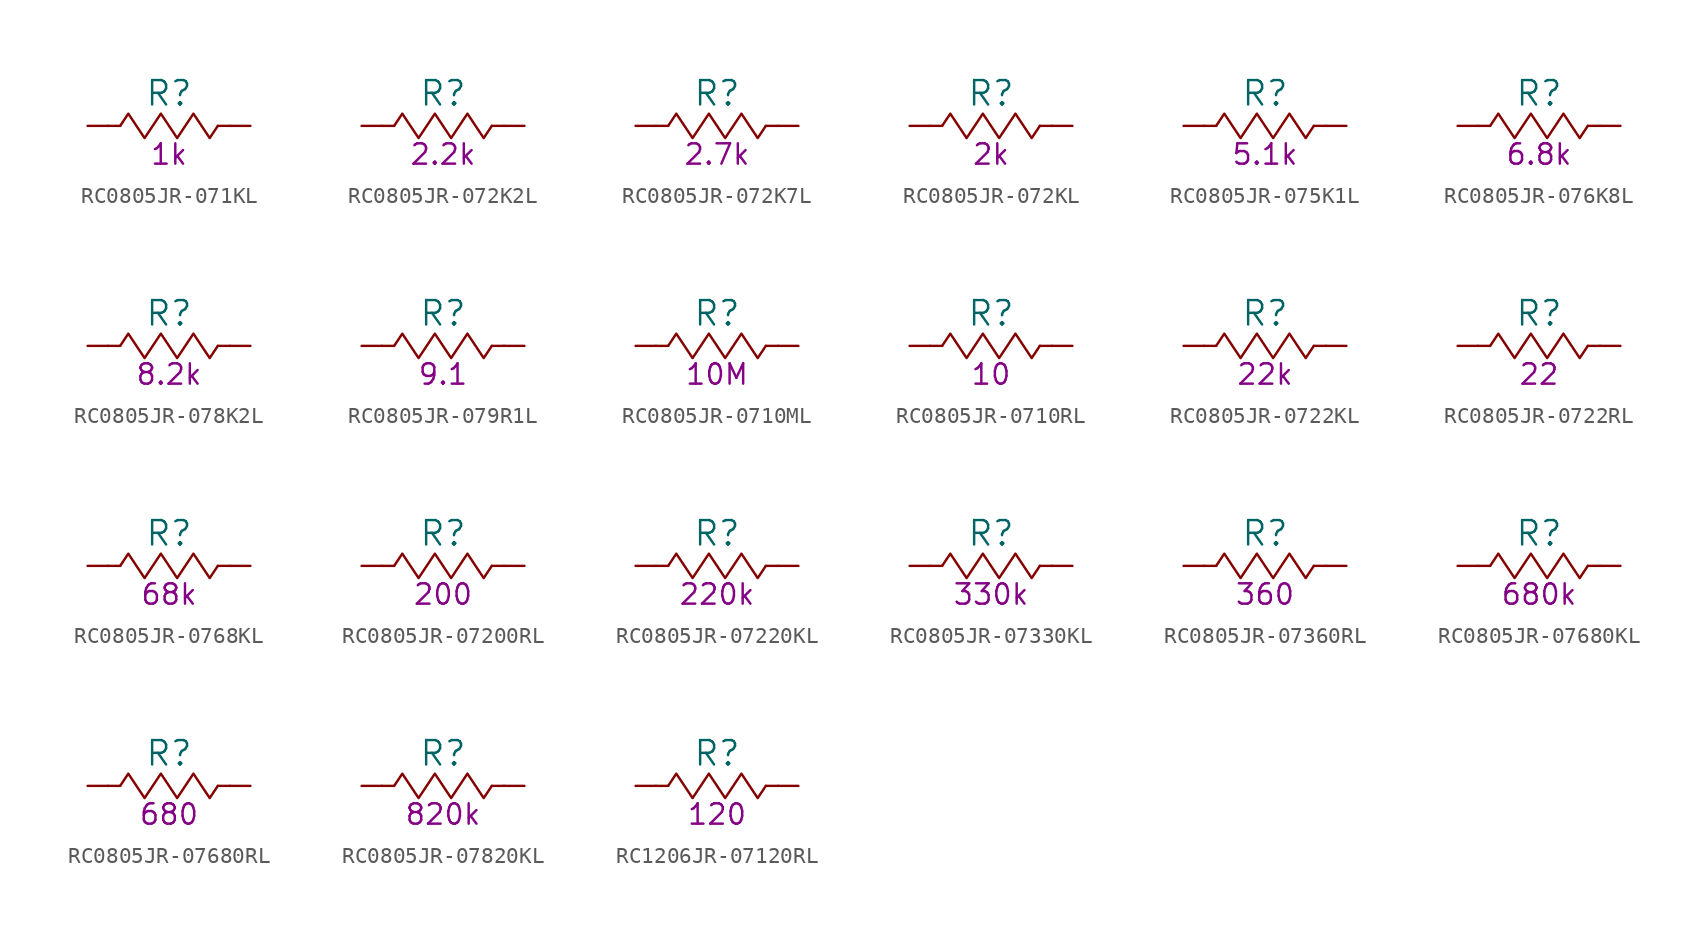
<source format=kicad_sym>
(kicad_symbol_lib
  (version 20231120)
  (generator "kicad_symbol_editor")
  (generator_version "8.0")
  (symbol "RC0805JR-071KL"
    (pin_numbers hide)
    (pin_names
      (offset 0) hide)
    (property "Reference" "R"
      (at 0 2.032 0)
      (effects (font (size 1.524 1.524))))
    (property "Resistance (Ohms)" "1k"
      (at 0 -1.778 0)
      (effects (font (size 1.27 1.27))))
    (symbol "RC0805JR-071KL_0_1"
      (rectangle (start -3.048 0) (end -3.81 0) (stroke (width 0) (type default)) (fill (type none)))
      (polyline (pts (xy -3.048 0) (xy -2.54 0.762) (xy -2.032 0) (xy -1.524 -0.762) (xy -1.016 0) (xy -0.508 0.762) (xy 0 0) (xy 0.508 -0.762) (xy 1.016 0) (xy 1.524 0.762) (xy 2.032 0) (xy 2.54 -0.762) (xy 3.048 0)) (stroke (width 0) (type default)) (fill (type none)))
      (rectangle (start 3.81 0) (end 3.048 0) (stroke (width 0) (type default)) (fill (type none))))
    (symbol "RC0805JR-071KL_1_1"
      (pin passive line (at -5.08 0 0) (length 1.27) (name "1" (effects (font (size 1.27 1.27)))) (number "1" (effects (font (size 1.27 1.27)))))
      (pin passive line (at 5.08 0 180) (length 1.27) (name "2" (effects (font (size 1.27 1.27)))) (number "2" (effects (font (size 1.27 1.27)))))))
  (symbol "RC0805JR-072K2L"
    (pin_numbers hide)
    (pin_names
      (offset 0) hide)
    (property "Reference" "R"
      (at 0 2.032 0)
      (effects (font (size 1.524 1.524))))
    (property "Resistance (Ohms)" "2.2k"
      (at 0 -1.778 0)
      (effects (font (size 1.27 1.27))))
    (symbol "RC0805JR-072K2L_0_1"
      (rectangle (start -3.048 0) (end -3.81 0) (stroke (width 0) (type default)) (fill (type none)))
      (polyline (pts (xy -3.048 0) (xy -2.54 0.762) (xy -2.032 0) (xy -1.524 -0.762) (xy -1.016 0) (xy -0.508 0.762) (xy 0 0) (xy 0.508 -0.762) (xy 1.016 0) (xy 1.524 0.762) (xy 2.032 0) (xy 2.54 -0.762) (xy 3.048 0)) (stroke (width 0) (type default)) (fill (type none)))
      (rectangle (start 3.81 0) (end 3.048 0) (stroke (width 0) (type default)) (fill (type none))))
    (symbol "RC0805JR-072K2L_1_1"
      (pin passive line (at -5.08 0 0) (length 1.27) (name "1" (effects (font (size 1.27 1.27)))) (number "1" (effects (font (size 1.27 1.27)))))
      (pin passive line (at 5.08 0 180) (length 1.27) (name "2" (effects (font (size 1.27 1.27)))) (number "2" (effects (font (size 1.27 1.27)))))))
  (symbol "RC0805JR-072K7L"
    (pin_numbers hide)
    (pin_names
      (offset 0) hide)
    (property "Reference" "R"
      (at 0 2.032 0)
      (effects (font (size 1.524 1.524))))
    (property "Resistance (Ohms)" "2.7k"
      (at 0 -1.778 0)
      (effects (font (size 1.27 1.27))))
    (symbol "RC0805JR-072K7L_0_1"
      (rectangle (start -3.048 0) (end -3.81 0) (stroke (width 0) (type default)) (fill (type none)))
      (polyline (pts (xy -3.048 0) (xy -2.54 0.762) (xy -2.032 0) (xy -1.524 -0.762) (xy -1.016 0) (xy -0.508 0.762) (xy 0 0) (xy 0.508 -0.762) (xy 1.016 0) (xy 1.524 0.762) (xy 2.032 0) (xy 2.54 -0.762) (xy 3.048 0)) (stroke (width 0) (type default)) (fill (type none)))
      (rectangle (start 3.81 0) (end 3.048 0) (stroke (width 0) (type default)) (fill (type none))))
    (symbol "RC0805JR-072K7L_1_1"
      (pin passive line (at -5.08 0 0) (length 1.27) (name "1" (effects (font (size 1.27 1.27)))) (number "1" (effects (font (size 1.27 1.27)))))
      (pin passive line (at 5.08 0 180) (length 1.27) (name "2" (effects (font (size 1.27 1.27)))) (number "2" (effects (font (size 1.27 1.27)))))))
  (symbol "RC0805JR-072KL"
    (pin_numbers hide)
    (pin_names
      (offset 0) hide)
    (property "Reference" "R"
      (at 0 2.032 0)
      (effects (font (size 1.524 1.524))))
    (property "Resistance (Ohms)" "2k"
      (at 0 -1.778 0)
      (effects (font (size 1.27 1.27))))
    (symbol "RC0805JR-072KL_0_1"
      (rectangle (start -3.048 0) (end -3.81 0) (stroke (width 0) (type default)) (fill (type none)))
      (polyline (pts (xy -3.048 0) (xy -2.54 0.762) (xy -2.032 0) (xy -1.524 -0.762) (xy -1.016 0) (xy -0.508 0.762) (xy 0 0) (xy 0.508 -0.762) (xy 1.016 0) (xy 1.524 0.762) (xy 2.032 0) (xy 2.54 -0.762) (xy 3.048 0)) (stroke (width 0) (type default)) (fill (type none)))
      (rectangle (start 3.81 0) (end 3.048 0) (stroke (width 0) (type default)) (fill (type none))))
    (symbol "RC0805JR-072KL_1_1"
      (pin passive line (at -5.08 0 0) (length 1.27) (name "1" (effects (font (size 1.27 1.27)))) (number "1" (effects (font (size 1.27 1.27)))))
      (pin passive line (at 5.08 0 180) (length 1.27) (name "2" (effects (font (size 1.27 1.27)))) (number "2" (effects (font (size 1.27 1.27)))))))
  (symbol "RC0805JR-075K1L"
    (pin_numbers hide)
    (pin_names
      (offset 0) hide)
    (property "Reference" "R"
      (at 0 2.032 0)
      (effects (font (size 1.524 1.524))))
    (property "Resistance (Ohms)" "5.1k"
      (at 0 -1.778 0)
      (effects (font (size 1.27 1.27))))
    (symbol "RC0805JR-075K1L_0_1"
      (rectangle (start -3.048 0) (end -3.81 0) (stroke (width 0) (type default)) (fill (type none)))
      (polyline (pts (xy -3.048 0) (xy -2.54 0.762) (xy -2.032 0) (xy -1.524 -0.762) (xy -1.016 0) (xy -0.508 0.762) (xy 0 0) (xy 0.508 -0.762) (xy 1.016 0) (xy 1.524 0.762) (xy 2.032 0) (xy 2.54 -0.762) (xy 3.048 0)) (stroke (width 0) (type default)) (fill (type none)))
      (rectangle (start 3.81 0) (end 3.048 0) (stroke (width 0) (type default)) (fill (type none))))
    (symbol "RC0805JR-075K1L_1_1"
      (pin passive line (at -5.08 0 0) (length 1.27) (name "1" (effects (font (size 1.27 1.27)))) (number "1" (effects (font (size 1.27 1.27)))))
      (pin passive line (at 5.08 0 180) (length 1.27) (name "2" (effects (font (size 1.27 1.27)))) (number "2" (effects (font (size 1.27 1.27)))))))
  (symbol "RC0805JR-076K8L"
    (pin_numbers hide)
    (pin_names
      (offset 0) hide)
    (property "Reference" "R"
      (at 0 2.032 0)
      (effects (font (size 1.524 1.524))))
    (property "Resistance (Ohms)" "6.8k"
      (at 0 -1.778 0)
      (effects (font (size 1.27 1.27))))
    (symbol "RC0805JR-076K8L_0_1"
      (rectangle (start -3.048 0) (end -3.81 0) (stroke (width 0) (type default)) (fill (type none)))
      (polyline (pts (xy -3.048 0) (xy -2.54 0.762) (xy -2.032 0) (xy -1.524 -0.762) (xy -1.016 0) (xy -0.508 0.762) (xy 0 0) (xy 0.508 -0.762) (xy 1.016 0) (xy 1.524 0.762) (xy 2.032 0) (xy 2.54 -0.762) (xy 3.048 0)) (stroke (width 0) (type default)) (fill (type none)))
      (rectangle (start 3.81 0) (end 3.048 0) (stroke (width 0) (type default)) (fill (type none))))
    (symbol "RC0805JR-076K8L_1_1"
      (pin passive line (at -5.08 0 0) (length 1.27) (name "1" (effects (font (size 1.27 1.27)))) (number "1" (effects (font (size 1.27 1.27)))))
      (pin passive line (at 5.08 0 180) (length 1.27) (name "2" (effects (font (size 1.27 1.27)))) (number "2" (effects (font (size 1.27 1.27)))))))
  (symbol "RC0805JR-078K2L"
    (pin_numbers hide)
    (pin_names
      (offset 0) hide)
    (property "Reference" "R"
      (at 0 2.032 0)
      (effects (font (size 1.524 1.524))))
    (property "Resistance (Ohms)" "8.2k"
      (at 0 -1.778 0)
      (effects (font (size 1.27 1.27))))
    (symbol "RC0805JR-078K2L_0_1"
      (rectangle (start -3.048 0) (end -3.81 0) (stroke (width 0) (type default)) (fill (type none)))
      (polyline (pts (xy -3.048 0) (xy -2.54 0.762) (xy -2.032 0) (xy -1.524 -0.762) (xy -1.016 0) (xy -0.508 0.762) (xy 0 0) (xy 0.508 -0.762) (xy 1.016 0) (xy 1.524 0.762) (xy 2.032 0) (xy 2.54 -0.762) (xy 3.048 0)) (stroke (width 0) (type default)) (fill (type none)))
      (rectangle (start 3.81 0) (end 3.048 0) (stroke (width 0) (type default)) (fill (type none))))
    (symbol "RC0805JR-078K2L_1_1"
      (pin passive line (at -5.08 0 0) (length 1.27) (name "1" (effects (font (size 1.27 1.27)))) (number "1" (effects (font (size 1.27 1.27)))))
      (pin passive line (at 5.08 0 180) (length 1.27) (name "2" (effects (font (size 1.27 1.27)))) (number "2" (effects (font (size 1.27 1.27)))))))
  (symbol "RC0805JR-079R1L"
    (pin_numbers hide)
    (pin_names
      (offset 0) hide)
    (property "Reference" "R"
      (at 0 2.032 0)
      (effects (font (size 1.524 1.524))))
    (property "Resistance (Ohms)" "9.1"
      (at 0 -1.778 0)
      (effects (font (size 1.27 1.27))))
    (symbol "RC0805JR-079R1L_0_1"
      (rectangle (start -3.048 0) (end -3.81 0) (stroke (width 0) (type default)) (fill (type none)))
      (polyline (pts (xy -3.048 0) (xy -2.54 0.762) (xy -2.032 0) (xy -1.524 -0.762) (xy -1.016 0) (xy -0.508 0.762) (xy 0 0) (xy 0.508 -0.762) (xy 1.016 0) (xy 1.524 0.762) (xy 2.032 0) (xy 2.54 -0.762) (xy 3.048 0)) (stroke (width 0) (type default)) (fill (type none)))
      (rectangle (start 3.81 0) (end 3.048 0) (stroke (width 0) (type default)) (fill (type none))))
    (symbol "RC0805JR-079R1L_1_1"
      (pin passive line (at -5.08 0 0) (length 1.27) (name "1" (effects (font (size 1.27 1.27)))) (number "1" (effects (font (size 1.27 1.27)))))
      (pin passive line (at 5.08 0 180) (length 1.27) (name "2" (effects (font (size 1.27 1.27)))) (number "2" (effects (font (size 1.27 1.27)))))))
  (symbol "RC0805JR-0710ML"
    (pin_numbers hide)
    (pin_names
      (offset 0) hide)
    (property "Reference" "R"
      (at 0 2.032 0)
      (effects (font (size 1.524 1.524))))
    (property "Resistance (Ohms)" "10M"
      (at 0 -1.778 0)
      (effects (font (size 1.27 1.27))))
    (symbol "RC0805JR-0710ML_0_1"
      (rectangle (start -3.048 0) (end -3.81 0) (stroke (width 0) (type default)) (fill (type none)))
      (polyline (pts (xy -3.048 0) (xy -2.54 0.762) (xy -2.032 0) (xy -1.524 -0.762) (xy -1.016 0) (xy -0.508 0.762) (xy 0 0) (xy 0.508 -0.762) (xy 1.016 0) (xy 1.524 0.762) (xy 2.032 0) (xy 2.54 -0.762) (xy 3.048 0)) (stroke (width 0) (type default)) (fill (type none)))
      (rectangle (start 3.81 0) (end 3.048 0) (stroke (width 0) (type default)) (fill (type none))))
    (symbol "RC0805JR-0710ML_1_1"
      (pin passive line (at -5.08 0 0) (length 1.27) (name "1" (effects (font (size 1.27 1.27)))) (number "1" (effects (font (size 1.27 1.27)))))
      (pin passive line (at 5.08 0 180) (length 1.27) (name "2" (effects (font (size 1.27 1.27)))) (number "2" (effects (font (size 1.27 1.27)))))))
  (symbol "RC0805JR-0710RL"
    (pin_numbers hide)
    (pin_names
      (offset 0) hide)
    (property "Reference" "R"
      (at 0 2.032 0)
      (effects (font (size 1.524 1.524))))
    (property "Resistance (Ohms)" "10"
      (at 0 -1.778 0)
      (effects (font (size 1.27 1.27))))
    (symbol "RC0805JR-0710RL_0_1"
      (rectangle (start -3.048 0) (end -3.81 0) (stroke (width 0) (type default)) (fill (type none)))
      (polyline (pts (xy -3.048 0) (xy -2.54 0.762) (xy -2.032 0) (xy -1.524 -0.762) (xy -1.016 0) (xy -0.508 0.762) (xy 0 0) (xy 0.508 -0.762) (xy 1.016 0) (xy 1.524 0.762) (xy 2.032 0) (xy 2.54 -0.762) (xy 3.048 0)) (stroke (width 0) (type default)) (fill (type none)))
      (rectangle (start 3.81 0) (end 3.048 0) (stroke (width 0) (type default)) (fill (type none))))
    (symbol "RC0805JR-0710RL_1_1"
      (pin passive line (at -5.08 0 0) (length 1.27) (name "1" (effects (font (size 1.27 1.27)))) (number "1" (effects (font (size 1.27 1.27)))))
      (pin passive line (at 5.08 0 180) (length 1.27) (name "2" (effects (font (size 1.27 1.27)))) (number "2" (effects (font (size 1.27 1.27)))))))
  (symbol "RC0805JR-0722KL"
    (pin_numbers hide)
    (pin_names
      (offset 0) hide)
    (property "Reference" "R"
      (at 0 2.032 0)
      (effects (font (size 1.524 1.524))))
    (property "Resistance (Ohms)" "22k"
      (at 0 -1.778 0)
      (effects (font (size 1.27 1.27))))
    (symbol "RC0805JR-0722KL_0_1"
      (rectangle (start -3.048 0) (end -3.81 0) (stroke (width 0) (type default)) (fill (type none)))
      (polyline (pts (xy -3.048 0) (xy -2.54 0.762) (xy -2.032 0) (xy -1.524 -0.762) (xy -1.016 0) (xy -0.508 0.762) (xy 0 0) (xy 0.508 -0.762) (xy 1.016 0) (xy 1.524 0.762) (xy 2.032 0) (xy 2.54 -0.762) (xy 3.048 0)) (stroke (width 0) (type default)) (fill (type none)))
      (rectangle (start 3.81 0) (end 3.048 0) (stroke (width 0) (type default)) (fill (type none))))
    (symbol "RC0805JR-0722KL_1_1"
      (pin passive line (at -5.08 0 0) (length 1.27) (name "1" (effects (font (size 1.27 1.27)))) (number "1" (effects (font (size 1.27 1.27)))))
      (pin passive line (at 5.08 0 180) (length 1.27) (name "2" (effects (font (size 1.27 1.27)))) (number "2" (effects (font (size 1.27 1.27)))))))
  (symbol "RC0805JR-0722RL"
    (pin_numbers hide)
    (pin_names
      (offset 0) hide)
    (property "Reference" "R"
      (at 0 2.032 0)
      (effects (font (size 1.524 1.524))))
    (property "Resistance (Ohms)" "22"
      (at 0 -1.778 0)
      (effects (font (size 1.27 1.27))))
    (symbol "RC0805JR-0722RL_0_1"
      (rectangle (start -3.048 0) (end -3.81 0) (stroke (width 0) (type default)) (fill (type none)))
      (polyline (pts (xy -3.048 0) (xy -2.54 0.762) (xy -2.032 0) (xy -1.524 -0.762) (xy -1.016 0) (xy -0.508 0.762) (xy 0 0) (xy 0.508 -0.762) (xy 1.016 0) (xy 1.524 0.762) (xy 2.032 0) (xy 2.54 -0.762) (xy 3.048 0)) (stroke (width 0) (type default)) (fill (type none)))
      (rectangle (start 3.81 0) (end 3.048 0) (stroke (width 0) (type default)) (fill (type none))))
    (symbol "RC0805JR-0722RL_1_1"
      (pin passive line (at -5.08 0 0) (length 1.27) (name "1" (effects (font (size 1.27 1.27)))) (number "1" (effects (font (size 1.27 1.27)))))
      (pin passive line (at 5.08 0 180) (length 1.27) (name "2" (effects (font (size 1.27 1.27)))) (number "2" (effects (font (size 1.27 1.27)))))))
  (symbol "RC0805JR-0768KL"
    (pin_numbers hide)
    (pin_names
      (offset 0) hide)
    (property "Reference" "R"
      (at 0 2.032 0)
      (effects (font (size 1.524 1.524))))
    (property "Resistance (Ohms)" "68k"
      (at 0 -1.778 0)
      (effects (font (size 1.27 1.27))))
    (symbol "RC0805JR-0768KL_0_1"
      (rectangle (start -3.048 0) (end -3.81 0) (stroke (width 0) (type default)) (fill (type none)))
      (polyline (pts (xy -3.048 0) (xy -2.54 0.762) (xy -2.032 0) (xy -1.524 -0.762) (xy -1.016 0) (xy -0.508 0.762) (xy 0 0) (xy 0.508 -0.762) (xy 1.016 0) (xy 1.524 0.762) (xy 2.032 0) (xy 2.54 -0.762) (xy 3.048 0)) (stroke (width 0) (type default)) (fill (type none)))
      (rectangle (start 3.81 0) (end 3.048 0) (stroke (width 0) (type default)) (fill (type none))))
    (symbol "RC0805JR-0768KL_1_1"
      (pin passive line (at -5.08 0 0) (length 1.27) (name "1" (effects (font (size 1.27 1.27)))) (number "1" (effects (font (size 1.27 1.27)))))
      (pin passive line (at 5.08 0 180) (length 1.27) (name "2" (effects (font (size 1.27 1.27)))) (number "2" (effects (font (size 1.27 1.27)))))))
  (symbol "RC0805JR-07200RL"
    (pin_numbers hide)
    (pin_names
      (offset 0) hide)
    (property "Reference" "R"
      (at 0 2.032 0)
      (effects (font (size 1.524 1.524))))
    (property "Resistance (Ohms)" "200"
      (at 0 -1.778 0)
      (effects (font (size 1.27 1.27))))
    (symbol "RC0805JR-07200RL_0_1"
      (rectangle (start -3.048 0) (end -3.81 0) (stroke (width 0) (type default)) (fill (type none)))
      (polyline (pts (xy -3.048 0) (xy -2.54 0.762) (xy -2.032 0) (xy -1.524 -0.762) (xy -1.016 0) (xy -0.508 0.762) (xy 0 0) (xy 0.508 -0.762) (xy 1.016 0) (xy 1.524 0.762) (xy 2.032 0) (xy 2.54 -0.762) (xy 3.048 0)) (stroke (width 0) (type default)) (fill (type none)))
      (rectangle (start 3.81 0) (end 3.048 0) (stroke (width 0) (type default)) (fill (type none))))
    (symbol "RC0805JR-07200RL_1_1"
      (pin passive line (at -5.08 0 0) (length 1.27) (name "1" (effects (font (size 1.27 1.27)))) (number "1" (effects (font (size 1.27 1.27)))))
      (pin passive line (at 5.08 0 180) (length 1.27) (name "2" (effects (font (size 1.27 1.27)))) (number "2" (effects (font (size 1.27 1.27)))))))
  (symbol "RC0805JR-07220KL"
    (pin_numbers hide)
    (pin_names
      (offset 0) hide)
    (property "Reference" "R"
      (at 0 2.032 0)
      (effects (font (size 1.524 1.524))))
    (property "Resistance (Ohms)" "220k"
      (at 0 -1.778 0)
      (effects (font (size 1.27 1.27))))
    (symbol "RC0805JR-07220KL_0_1"
      (rectangle (start -3.048 0) (end -3.81 0) (stroke (width 0) (type default)) (fill (type none)))
      (polyline (pts (xy -3.048 0) (xy -2.54 0.762) (xy -2.032 0) (xy -1.524 -0.762) (xy -1.016 0) (xy -0.508 0.762) (xy 0 0) (xy 0.508 -0.762) (xy 1.016 0) (xy 1.524 0.762) (xy 2.032 0) (xy 2.54 -0.762) (xy 3.048 0)) (stroke (width 0) (type default)) (fill (type none)))
      (rectangle (start 3.81 0) (end 3.048 0) (stroke (width 0) (type default)) (fill (type none))))
    (symbol "RC0805JR-07220KL_1_1"
      (pin passive line (at -5.08 0 0) (length 1.27) (name "1" (effects (font (size 1.27 1.27)))) (number "1" (effects (font (size 1.27 1.27)))))
      (pin passive line (at 5.08 0 180) (length 1.27) (name "2" (effects (font (size 1.27 1.27)))) (number "2" (effects (font (size 1.27 1.27)))))))
  (symbol "RC0805JR-07330KL"
    (pin_numbers hide)
    (pin_names
      (offset 0) hide)
    (property "Reference" "R"
      (at 0 2.032 0)
      (effects (font (size 1.524 1.524))))
    (property "Resistance (Ohms)" "330k"
      (at 0 -1.778 0)
      (effects (font (size 1.27 1.27))))
    (symbol "RC0805JR-07330KL_0_1"
      (rectangle (start -3.048 0) (end -3.81 0) (stroke (width 0) (type default)) (fill (type none)))
      (polyline (pts (xy -3.048 0) (xy -2.54 0.762) (xy -2.032 0) (xy -1.524 -0.762) (xy -1.016 0) (xy -0.508 0.762) (xy 0 0) (xy 0.508 -0.762) (xy 1.016 0) (xy 1.524 0.762) (xy 2.032 0) (xy 2.54 -0.762) (xy 3.048 0)) (stroke (width 0) (type default)) (fill (type none)))
      (rectangle (start 3.81 0) (end 3.048 0) (stroke (width 0) (type default)) (fill (type none))))
    (symbol "RC0805JR-07330KL_1_1"
      (pin passive line (at -5.08 0 0) (length 1.27) (name "1" (effects (font (size 1.27 1.27)))) (number "1" (effects (font (size 1.27 1.27)))))
      (pin passive line (at 5.08 0 180) (length 1.27) (name "2" (effects (font (size 1.27 1.27)))) (number "2" (effects (font (size 1.27 1.27)))))))
  (symbol "RC0805JR-07360RL"
    (pin_numbers hide)
    (pin_names
      (offset 0) hide)
    (property "Reference" "R"
      (at 0 2.032 0)
      (effects (font (size 1.524 1.524))))
    (property "Resistance (Ohms)" "360"
      (at 0 -1.778 0)
      (effects (font (size 1.27 1.27))))
    (symbol "RC0805JR-07360RL_0_1"
      (rectangle (start -3.048 0) (end -3.81 0) (stroke (width 0) (type default)) (fill (type none)))
      (polyline (pts (xy -3.048 0) (xy -2.54 0.762) (xy -2.032 0) (xy -1.524 -0.762) (xy -1.016 0) (xy -0.508 0.762) (xy 0 0) (xy 0.508 -0.762) (xy 1.016 0) (xy 1.524 0.762) (xy 2.032 0) (xy 2.54 -0.762) (xy 3.048 0)) (stroke (width 0) (type default)) (fill (type none)))
      (rectangle (start 3.81 0) (end 3.048 0) (stroke (width 0) (type default)) (fill (type none))))
    (symbol "RC0805JR-07360RL_1_1"
      (pin passive line (at -5.08 0 0) (length 1.27) (name "1" (effects (font (size 1.27 1.27)))) (number "1" (effects (font (size 1.27 1.27)))))
      (pin passive line (at 5.08 0 180) (length 1.27) (name "2" (effects (font (size 1.27 1.27)))) (number "2" (effects (font (size 1.27 1.27)))))))
  (symbol "RC0805JR-07680KL"
    (pin_numbers hide)
    (pin_names
      (offset 0) hide)
    (property "Reference" "R"
      (at 0 2.032 0)
      (effects (font (size 1.524 1.524))))
    (property "Resistance (Ohms)" "680k"
      (at 0 -1.778 0)
      (effects (font (size 1.27 1.27))))
    (symbol "RC0805JR-07680KL_0_1"
      (rectangle (start -3.048 0) (end -3.81 0) (stroke (width 0) (type default)) (fill (type none)))
      (polyline (pts (xy -3.048 0) (xy -2.54 0.762) (xy -2.032 0) (xy -1.524 -0.762) (xy -1.016 0) (xy -0.508 0.762) (xy 0 0) (xy 0.508 -0.762) (xy 1.016 0) (xy 1.524 0.762) (xy 2.032 0) (xy 2.54 -0.762) (xy 3.048 0)) (stroke (width 0) (type default)) (fill (type none)))
      (rectangle (start 3.81 0) (end 3.048 0) (stroke (width 0) (type default)) (fill (type none))))
    (symbol "RC0805JR-07680KL_1_1"
      (pin passive line (at -5.08 0 0) (length 1.27) (name "1" (effects (font (size 1.27 1.27)))) (number "1" (effects (font (size 1.27 1.27)))))
      (pin passive line (at 5.08 0 180) (length 1.27) (name "2" (effects (font (size 1.27 1.27)))) (number "2" (effects (font (size 1.27 1.27)))))))
  (symbol "RC0805JR-07680RL"
    (pin_numbers hide)
    (pin_names
      (offset 0) hide)
    (property "Reference" "R"
      (at 0 2.032 0)
      (effects (font (size 1.524 1.524))))
    (property "Resistance (Ohms)" "680"
      (at 0 -1.778 0)
      (effects (font (size 1.27 1.27))))
    (symbol "RC0805JR-07680RL_0_1"
      (rectangle (start -3.048 0) (end -3.81 0) (stroke (width 0) (type default)) (fill (type none)))
      (polyline (pts (xy -3.048 0) (xy -2.54 0.762) (xy -2.032 0) (xy -1.524 -0.762) (xy -1.016 0) (xy -0.508 0.762) (xy 0 0) (xy 0.508 -0.762) (xy 1.016 0) (xy 1.524 0.762) (xy 2.032 0) (xy 2.54 -0.762) (xy 3.048 0)) (stroke (width 0) (type default)) (fill (type none)))
      (rectangle (start 3.81 0) (end 3.048 0) (stroke (width 0) (type default)) (fill (type none))))
    (symbol "RC0805JR-07680RL_1_1"
      (pin passive line (at -5.08 0 0) (length 1.27) (name "1" (effects (font (size 1.27 1.27)))) (number "1" (effects (font (size 1.27 1.27)))))
      (pin passive line (at 5.08 0 180) (length 1.27) (name "2" (effects (font (size 1.27 1.27)))) (number "2" (effects (font (size 1.27 1.27)))))))
  (symbol "RC0805JR-07820KL"
    (pin_numbers hide)
    (pin_names
      (offset 0) hide)
    (property "Reference" "R"
      (at 0 2.032 0)
      (effects (font (size 1.524 1.524))))
    (property "Resistance (Ohms)" "820k"
      (at 0 -1.778 0)
      (effects (font (size 1.27 1.27))))
    (symbol "RC0805JR-07820KL_0_1"
      (rectangle (start -3.048 0) (end -3.81 0) (stroke (width 0) (type default)) (fill (type none)))
      (polyline (pts (xy -3.048 0) (xy -2.54 0.762) (xy -2.032 0) (xy -1.524 -0.762) (xy -1.016 0) (xy -0.508 0.762) (xy 0 0) (xy 0.508 -0.762) (xy 1.016 0) (xy 1.524 0.762) (xy 2.032 0) (xy 2.54 -0.762) (xy 3.048 0)) (stroke (width 0) (type default)) (fill (type none)))
      (rectangle (start 3.81 0) (end 3.048 0) (stroke (width 0) (type default)) (fill (type none))))
    (symbol "RC0805JR-07820KL_1_1"
      (pin passive line (at -5.08 0 0) (length 1.27) (name "1" (effects (font (size 1.27 1.27)))) (number "1" (effects (font (size 1.27 1.27)))))
      (pin passive line (at 5.08 0 180) (length 1.27) (name "2" (effects (font (size 1.27 1.27)))) (number "2" (effects (font (size 1.27 1.27)))))))
  (symbol "RC1206JR-07120RL"
    (pin_numbers hide)
    (pin_names
      (offset 0) hide)
    (property "Reference" "R"
      (at 0 2.032 0)
      (effects (font (size 1.524 1.524))))
    (property "Resistance (Ohms)" "120"
      (at 0 -1.778 0)
      (effects (font (size 1.27 1.27))))
    (symbol "RC1206JR-07120RL_0_1"
      (rectangle (start -3.048 0) (end -3.81 0) (stroke (width 0) (type default)) (fill (type none)))
      (polyline (pts (xy -3.048 0) (xy -2.54 0.762) (xy -2.032 0) (xy -1.524 -0.762) (xy -1.016 0) (xy -0.508 0.762) (xy 0 0) (xy 0.508 -0.762) (xy 1.016 0) (xy 1.524 0.762) (xy 2.032 0) (xy 2.54 -0.762) (xy 3.048 0)) (stroke (width 0) (type default)) (fill (type none)))
      (rectangle (start 3.81 0) (end 3.048 0) (stroke (width 0) (type default)) (fill (type none))))
    (symbol "RC1206JR-07120RL_1_1"
      (pin passive line (at -5.08 0 0) (length 1.27) (name "1" (effects (font (size 1.27 1.27)))) (number "1" (effects (font (size 1.27 1.27)))))
      (pin passive line (at 5.08 0 180) (length 1.27) (name "2" (effects (font (size 1.27 1.27)))) (number "2" (effects (font (size 1.27 1.27))))))))
</source>
